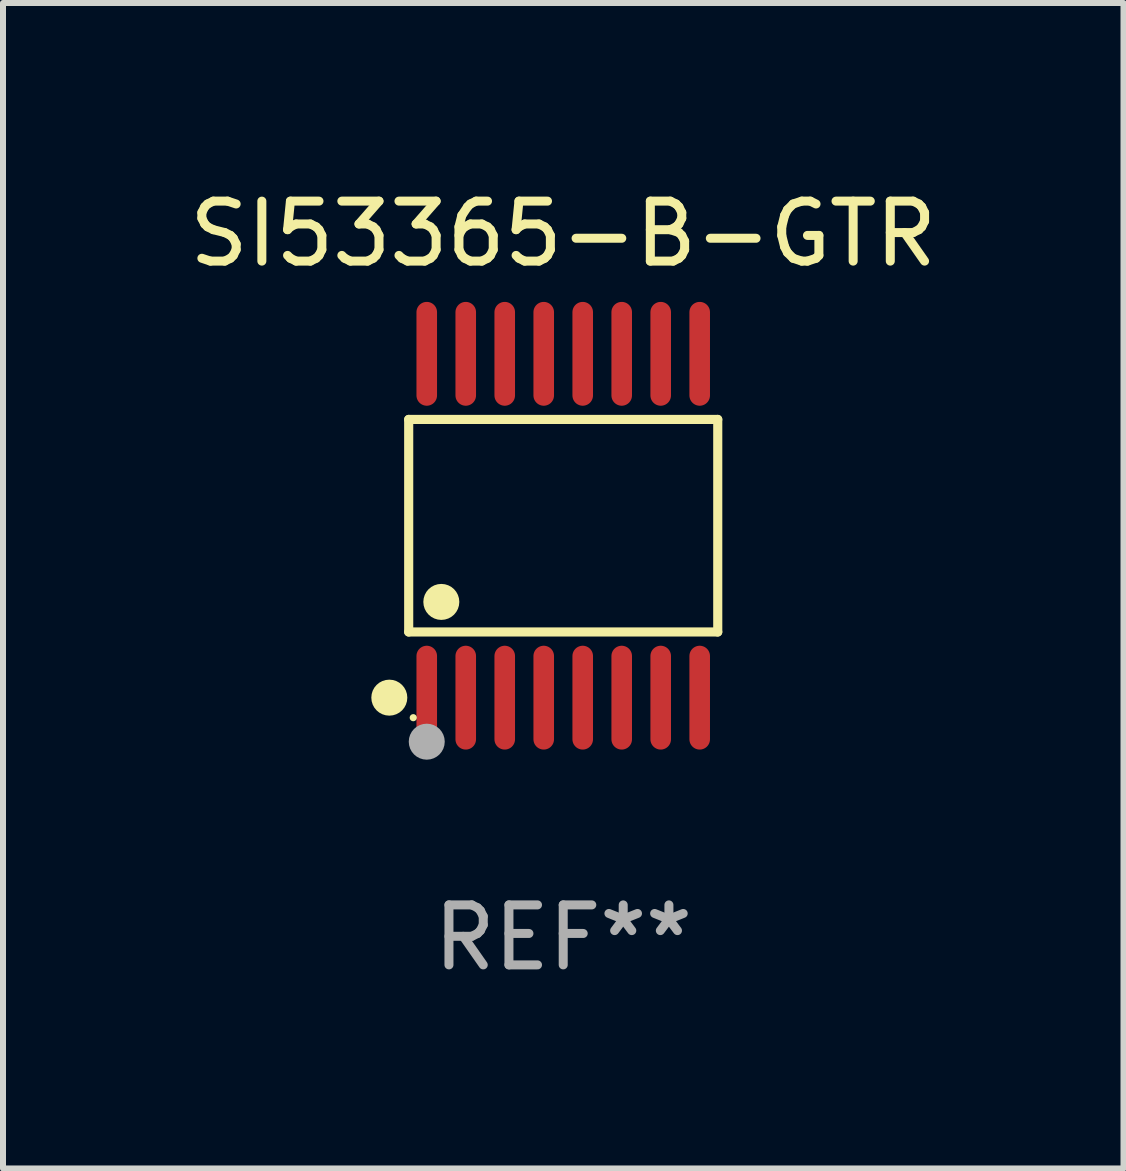
<source format=kicad_pcb>
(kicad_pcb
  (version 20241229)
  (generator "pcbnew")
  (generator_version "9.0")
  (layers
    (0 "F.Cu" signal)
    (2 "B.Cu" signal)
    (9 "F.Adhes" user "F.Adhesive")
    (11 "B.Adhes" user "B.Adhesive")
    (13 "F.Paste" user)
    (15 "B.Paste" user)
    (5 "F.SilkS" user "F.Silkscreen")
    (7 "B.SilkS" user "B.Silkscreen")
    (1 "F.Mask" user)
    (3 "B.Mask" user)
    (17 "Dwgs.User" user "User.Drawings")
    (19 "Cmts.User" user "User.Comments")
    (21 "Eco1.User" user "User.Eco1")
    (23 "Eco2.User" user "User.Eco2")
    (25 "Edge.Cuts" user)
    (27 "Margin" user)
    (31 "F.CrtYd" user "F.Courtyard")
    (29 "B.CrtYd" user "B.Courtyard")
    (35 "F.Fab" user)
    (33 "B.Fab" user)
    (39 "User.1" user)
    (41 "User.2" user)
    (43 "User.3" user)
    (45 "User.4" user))
  (footprint "SI53365-B-GTR"
    (layer "F.Cu")
    (at 6.339 5.714)
    (property "Reference" "SI53365-B-GTR" (at 0 -4.866 0) (layer "F.SilkS") (effects (font (size 1 1) (thickness 0.15))))
    (attr through_hole)
    (fp_line (start -2.576 -1.772) (end 2.576 -1.772) (stroke (width 0.152) (type solid)) (layer "F.SilkS"))
    (fp_line (start -2.576 1.771) (end -2.576 -1.772) (stroke (width 0.152) (type solid)) (layer "F.SilkS"))
    (fp_line (start 2.576 -1.772) (end 2.576 1.771) (stroke (width 0.152) (type solid)) (layer "F.SilkS"))
    (fp_line (start 2.576 1.771) (end -2.576 1.771) (stroke (width 0.152) (type solid)) (layer "F.SilkS"))
    (fp_circle (center -2.899 2.866) (end -2.749 2.866) (stroke (width 0.3) (type solid)) (fill no) (layer "F.SilkS"))
    (fp_circle (center -2.5 3.2) (end -2.47 3.2) (stroke (width 0.06) (type solid)) (fill no) (layer "F.SilkS"))
    (fp_circle (center -2.032 1.27) (end -1.882 1.27) (stroke (width 0.3) (type solid)) (fill no) (layer "F.SilkS"))
    (fp_circle (center -2.275 3.6) (end -2.125 3.6) (stroke (width 0.3) (type solid)) (fill no) (layer "F.Fab"))
    (fp_text user "REF**" (at 0 6.866 0) (layer "F.Fab") (effects (font (size 1 1) (thickness 0.15))))
    (pad "1" smd oval (at -2.275 2.866) (size 0.343 1.731) (layers "F.Cu" "F.Mask" "F.Paste"))
    (pad "2" smd oval (at -1.625 2.866) (size 0.343 1.731) (layers "F.Cu" "F.Mask" "F.Paste"))
    (pad "3" smd oval (at -0.975 2.866) (size 0.343 1.731) (layers "F.Cu" "F.Mask" "F.Paste"))
    (pad "4" smd oval (at -0.325 2.866) (size 0.343 1.731) (layers "F.Cu" "F.Mask" "F.Paste"))
    (pad "5" smd oval (at 0.325 2.866) (size 0.343 1.731) (layers "F.Cu" "F.Mask" "F.Paste"))
    (pad "6" smd oval (at 0.975 2.866) (size 0.343 1.731) (layers "F.Cu" "F.Mask" "F.Paste"))
    (pad "7" smd oval (at 1.625 2.866) (size 0.343 1.731) (layers "F.Cu" "F.Mask" "F.Paste"))
    (pad "8" smd oval (at 2.275 2.866) (size 0.343 1.731) (layers "F.Cu" "F.Mask" "F.Paste"))
    (pad "9" smd oval (at 2.275 -2.866) (size 0.343 1.731) (layers "F.Cu" "F.Mask" "F.Paste"))
    (pad "10" smd oval (at 1.625 -2.866) (size 0.343 1.731) (layers "F.Cu" "F.Mask" "F.Paste"))
    (pad "11" smd oval (at 0.975 -2.866) (size 0.343 1.731) (layers "F.Cu" "F.Mask" "F.Paste"))
    (pad "12" smd oval (at 0.325 -2.866) (size 0.343 1.731) (layers "F.Cu" "F.Mask" "F.Paste"))
    (pad "13" smd oval (at -0.325 -2.866) (size 0.343 1.731) (layers "F.Cu" "F.Mask" "F.Paste"))
    (pad "14" smd oval (at -0.975 -2.866) (size 0.343 1.731) (layers "F.Cu" "F.Mask" "F.Paste"))
    (pad "15" smd oval (at -1.625 -2.866) (size 0.343 1.731) (layers "F.Cu" "F.Mask" "F.Paste"))
    (pad "16" smd oval (at -2.275 -2.866) (size 0.343 1.731) (layers "F.Cu" "F.Mask" "F.Paste")))
  (gr_rect
    (start -3 -3)
    (end 15.679 16.428)
    (stroke (width 0.1) (type default))
    (fill no)
    (layer "Edge.Cuts")))
</source>
